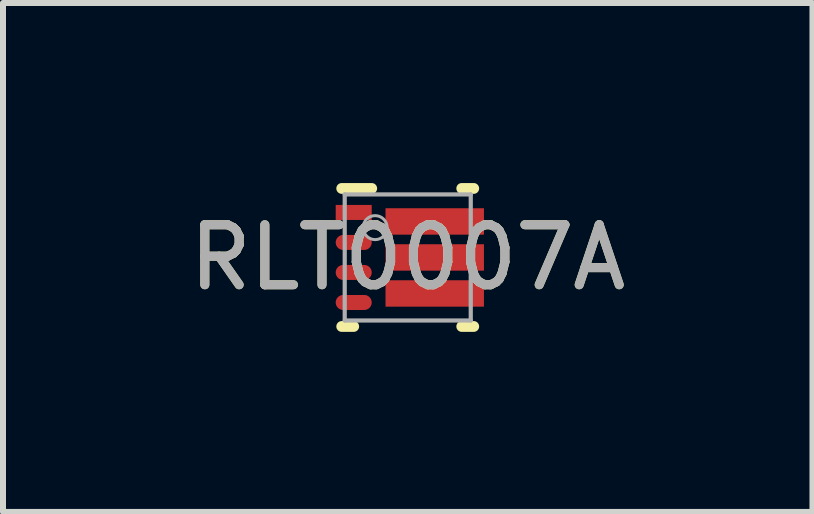
<source format=kicad_pcb>
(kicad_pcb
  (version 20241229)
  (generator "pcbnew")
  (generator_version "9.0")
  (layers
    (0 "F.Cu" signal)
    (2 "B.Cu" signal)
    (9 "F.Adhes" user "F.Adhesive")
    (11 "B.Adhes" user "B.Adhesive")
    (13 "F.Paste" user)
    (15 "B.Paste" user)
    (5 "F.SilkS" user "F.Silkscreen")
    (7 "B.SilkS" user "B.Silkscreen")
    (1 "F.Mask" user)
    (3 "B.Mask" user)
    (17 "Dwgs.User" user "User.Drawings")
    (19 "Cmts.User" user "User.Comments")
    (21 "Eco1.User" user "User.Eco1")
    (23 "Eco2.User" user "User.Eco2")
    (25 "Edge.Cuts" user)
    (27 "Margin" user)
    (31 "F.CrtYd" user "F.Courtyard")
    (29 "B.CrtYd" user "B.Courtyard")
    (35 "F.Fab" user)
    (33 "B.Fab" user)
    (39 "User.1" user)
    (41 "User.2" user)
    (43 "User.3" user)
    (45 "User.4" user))
  (footprint "RLT0007A"
    (layer "F.Cu")
    (at 3.744 1.24)
    (property "Reference" "RLT0007A" (at 0 0 0) (unlocked yes) (layer "F.SilkS") (effects (font (size 1 1) (thickness 0.15))))
    (attr smd)
    (fp_line (start -1.1 1.15) (end -0.9 1.15) (stroke (width 0.18) (type solid)) (layer "F.SilkS"))
    (fp_line (start -1.1 -1.15) (end -0.6 -1.15) (stroke (width 0.18) (type solid)) (layer "F.SilkS"))
    (fp_line (start 0.9 -1.15) (end 1.1 -1.15) (stroke (width 0.18) (type solid)) (layer "F.SilkS"))
    (fp_line (start 0.9 1.15) (end 1.1 1.15) (stroke (width 0.18) (type solid)) (layer "F.SilkS"))
    (fp_circle (center -1.095 -0.25) (end -1.045 -0.25) (stroke (width 0.11) (type solid)) (fill no) (layer "F.Paste"))
    (fp_circle (center -1.095 0.75) (end -1.045 0.75) (stroke (width 0.11) (type solid)) (fill no) (layer "F.Paste"))
    (fp_circle (center -1.095 0.25) (end -1.045 0.25) (stroke (width 0.11) (type solid)) (fill no) (layer "F.Paste"))
    (fp_circle (center -0.706 0.25) (end -0.656 0.25) (stroke (width 0.11) (type solid)) (fill no) (layer "F.Paste"))
    (fp_circle (center -0.705 -0.25) (end -0.655 -0.25) (stroke (width 0.11) (type solid)) (fill no) (layer "F.Paste"))
    (fp_circle (center -0.705 0.75) (end -0.655 0.75) (stroke (width 0.11) (type solid)) (fill no) (layer "F.Paste"))
    (fp_poly (pts (xy -1.2 -0.645) (xy -0.6 -0.645) (xy -0.6 -0.855) (xy -1.2 -0.855)) (stroke (width 0) (type solid)) (fill yes) (layer "F.Paste"))
    (fp_poly (pts (xy -1.105 0.355) (xy -0.705 0.355) (xy -0.705 0.145) (xy -1.105 0.145)) (stroke (width 0) (type solid)) (fill yes) (layer "F.Paste"))
    (fp_poly (pts (xy -1.102 -0.145) (xy -0.702 -0.145) (xy -0.702 -0.355) (xy -1.102 -0.355)) (stroke (width 0) (type solid)) (fill yes) (layer "F.Paste"))
    (fp_poly (pts (xy -1.102 0.855) (xy -0.702 0.855) (xy -0.702 0.645) (xy -1.102 0.645)) (stroke (width 0) (type solid)) (fill yes) (layer "F.Paste"))
    (fp_poly (pts (xy -0.3 -0.45) (xy 0.35 -0.45) (xy 0.35 -0.75) (xy -0.3 -0.75)) (stroke (width 0) (type solid)) (fill yes) (layer "F.Paste"))
    (fp_poly (pts (xy -0.3 0.15) (xy 0.35 0.15) (xy 0.35 -0.15) (xy -0.3 -0.15)) (stroke (width 0) (type solid)) (fill yes) (layer "F.Paste"))
    (fp_poly (pts (xy -0.3 0.75) (xy 0.35 0.75) (xy 0.35 0.45) (xy -0.3 0.45)) (stroke (width 0) (type solid)) (fill yes) (layer "F.Paste"))
    (fp_poly (pts (xy 0.55 0.15) (xy 1.2 0.15) (xy 1.2 -0.15) (xy 0.55 -0.15)) (stroke (width 0) (type solid)) (fill yes) (layer "F.Paste"))
    (fp_poly (pts (xy 0.55 0.75) (xy 1.2 0.75) (xy 1.2 0.45) (xy 0.55 0.45)) (stroke (width 0) (type solid)) (fill yes) (layer "F.Paste"))
    (fp_poly (pts (xy 0.551 -0.45) (xy 1.201 -0.45) (xy 1.201 -0.75) (xy 0.551 -0.75)) (stroke (width 0) (type solid)) (fill yes) (layer "F.Paste"))
    (fp_line (start -1.05 -1.05) (end 1.05 -1.05) (stroke (width 0.07) (type solid)) (layer "F.Fab"))
    (fp_line (start -1.05 1.05) (end -1.05 -1.05) (stroke (width 0.07) (type solid)) (layer "F.Fab"))
    (fp_line (start -1.05 1.05) (end 1.05 1.05) (stroke (width 0.07) (type solid)) (layer "F.Fab"))
    (fp_line (start 1.05 1.05) (end 1.05 -1.05) (stroke (width 0.07) (type solid)) (layer "F.Fab"))
    (fp_circle (center -0.543 -0.497) (end -0.343 -0.497) (stroke (width 0.05) (type solid)) (fill no) (layer "F.Fab"))
    (fp_text user "${REFERENCE}" (at 0 0 0) (unlocked yes) (layer "F.Fab") (effects (font (size 1 1) (thickness 0.15))))
    (pad "1" smd rect (at -0.9 -0.75) (size 0.6 0.25) (layers "F.Cu" "F.Mask"))
    (pad "2" smd oval (at -0.9 -0.25) (size 0.6 0.25) (layers "F.Cu" "F.Mask"))
    (pad "3" smd oval (at -0.9 0.25) (size 0.6 0.25) (layers "F.Cu" "F.Mask"))
    (pad "4" smd oval (at -0.9 0.75) (size 0.6 0.25) (layers "F.Cu" "F.Mask"))
    (pad "5" smd rect (at 0.45 0.6) (size 1.64 0.44) (layers "F.Cu" "F.Mask"))
    (pad "6" smd rect (at 0.45 0) (size 1.64 0.44) (layers "F.Cu" "F.Mask"))
    (pad "7" smd rect (at 0.45 -0.6) (size 1.64 0.44) (layers "F.Cu" "F.Mask")))
  (gr_rect
    (start -3 -3)
    (end 10.488 5.48)
    (stroke (width 0.1) (type default))
    (fill no)
    (layer "Edge.Cuts")))
</source>
